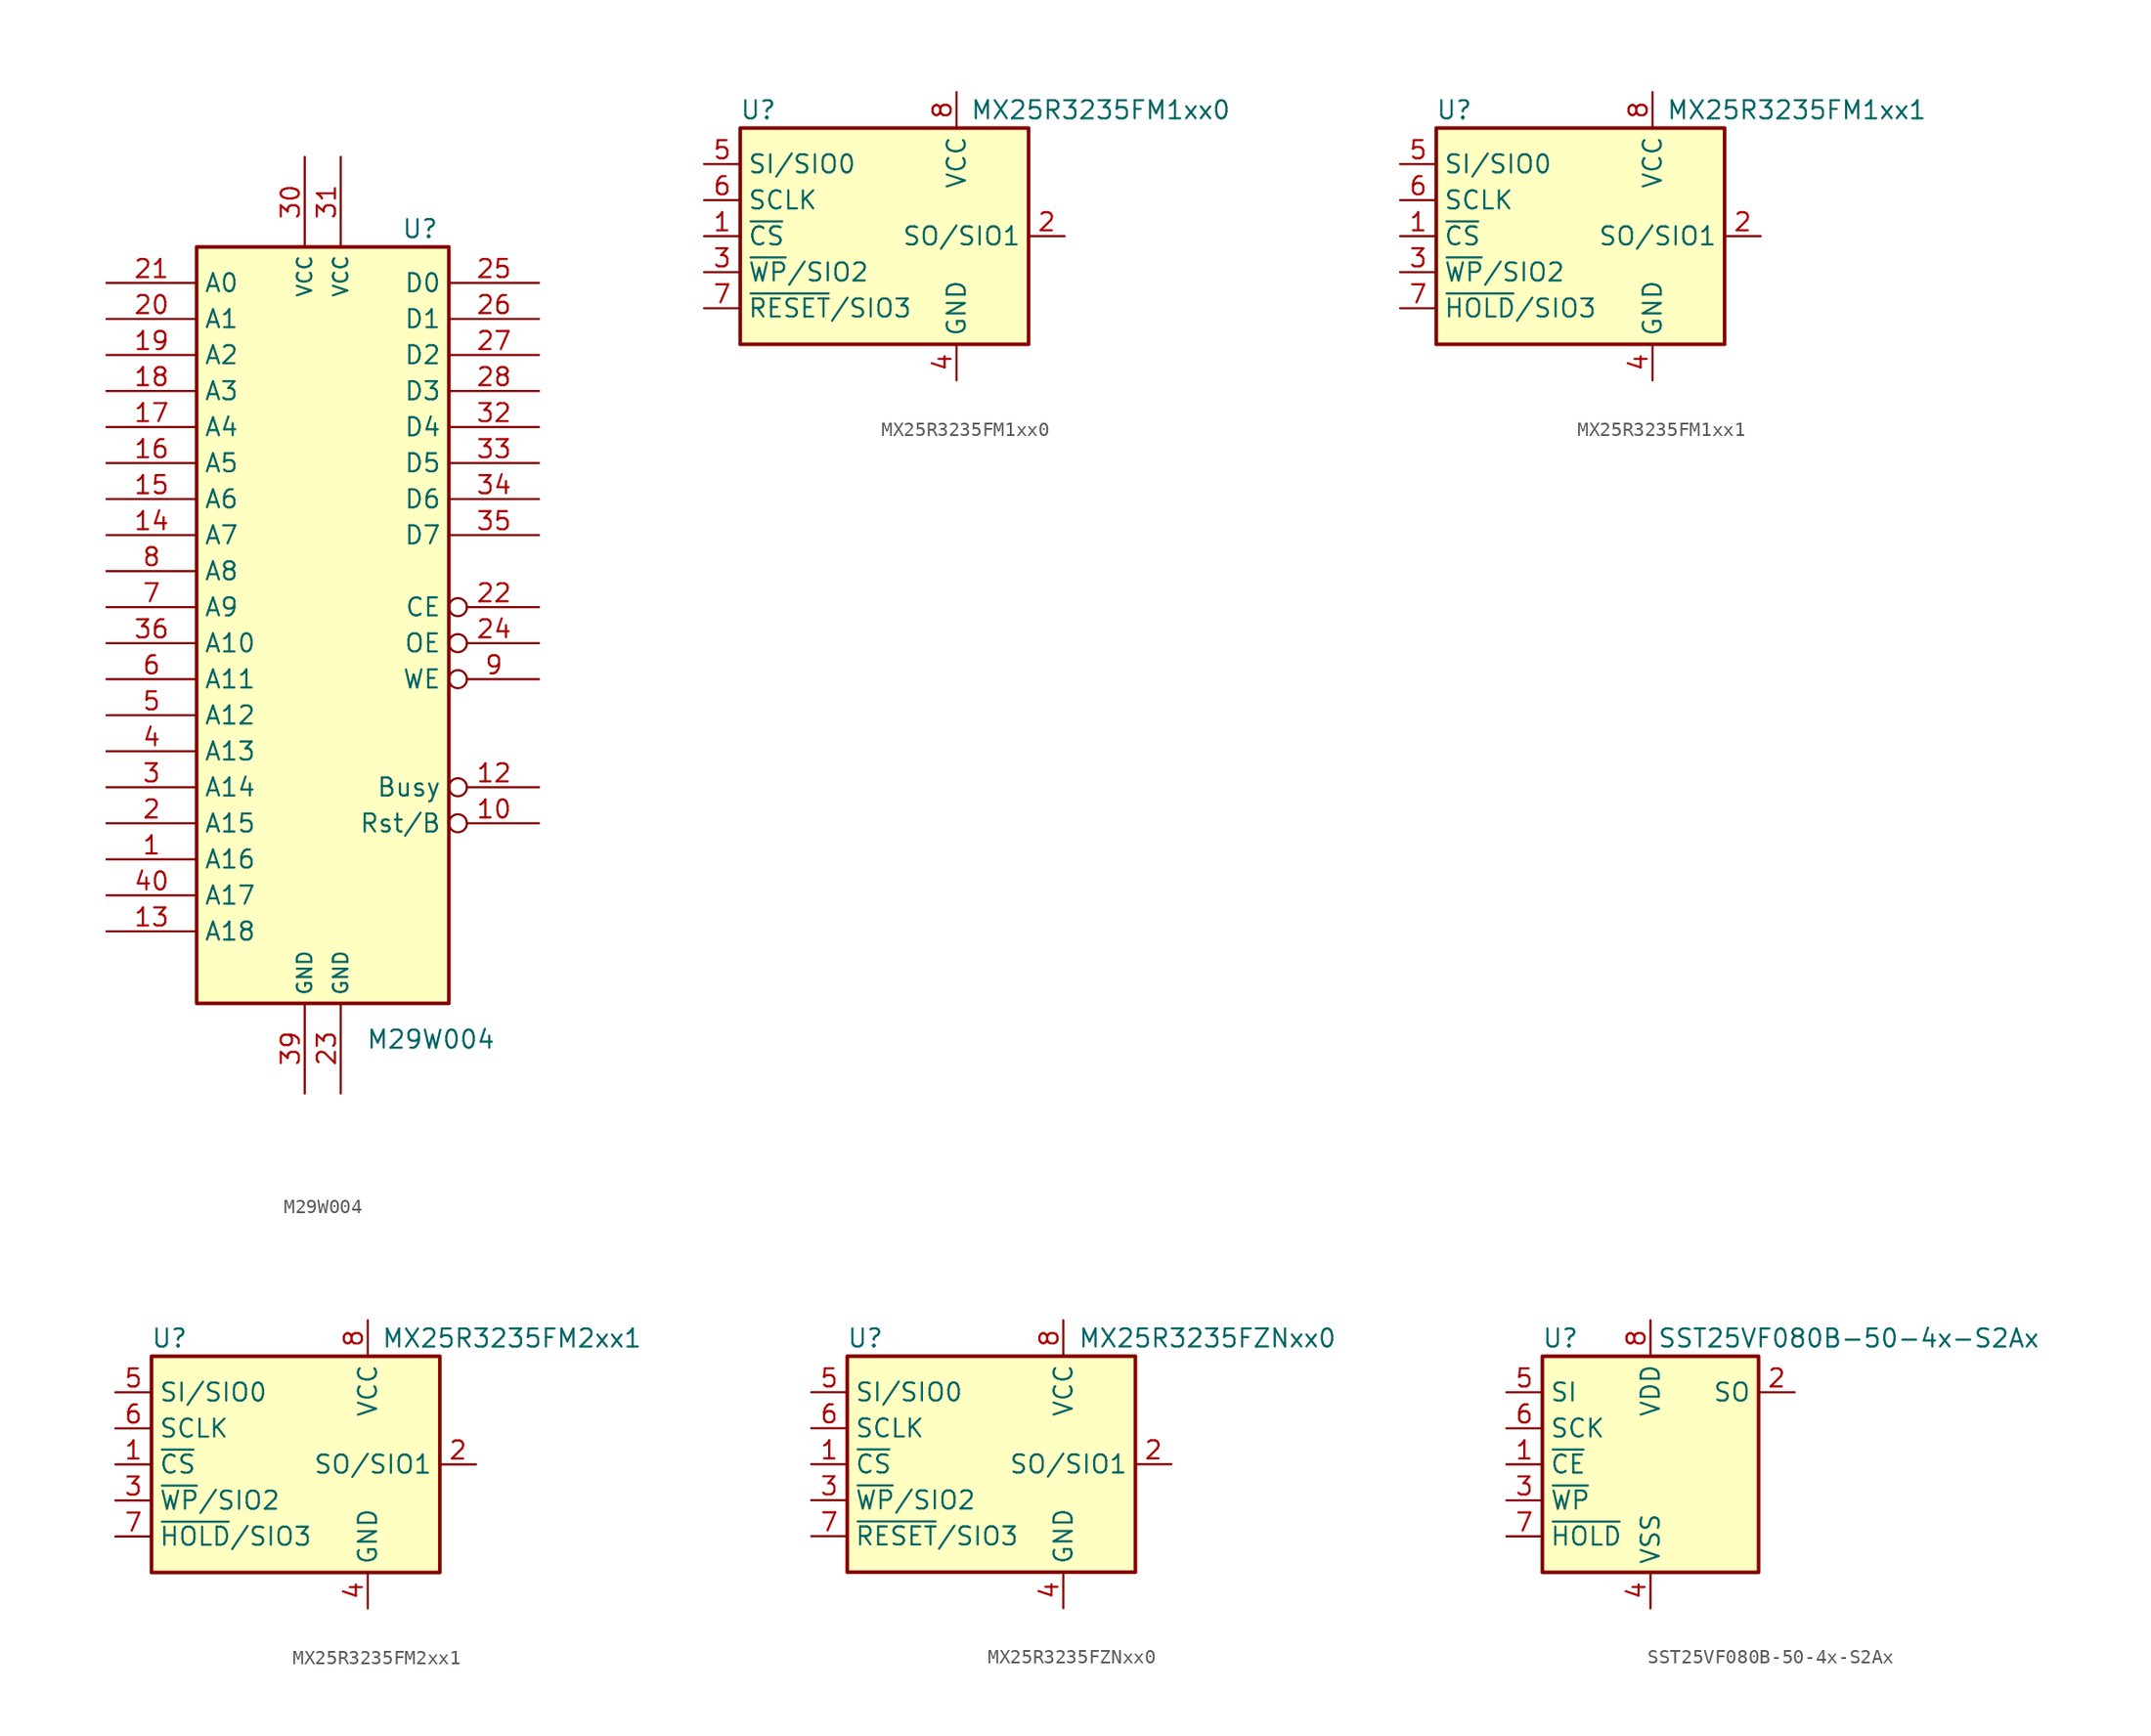
<source format=kicad_sym>
(kicad_symbol_lib
  (version 20211014)
  (generator kicad_symbol_editor)
  (symbol "M29W004"
    (property "Reference" "U"
      (at 6.858 27.94 0)
      (effects (font (size 1.27 1.27))))
    (property "Value" "M29W004"
      (at 7.62 -29.21 0)
      (effects (font (size 1.27 1.27))))
    (symbol "M29W004_0_1"
      (rectangle (start -8.89 26.67) (end 8.89 -26.67) (stroke (width 0.254) (type default) (color 0 0 0 0)) (fill (type background))))
    (symbol "M29W004_1_1"
      (pin input line (at -15.24 -16.51 0) (length 6.35) (name "A16" (effects (font (size 1.27 1.27)))) (number "1" (effects (font (size 1.27 1.27)))))
      (pin input inverted (at 15.24 -13.97 180) (length 6.35) (name "Rst/B" (effects (font (size 1.27 1.27)))) (number "10" (effects (font (size 1.27 1.27)))))
      (pin output inverted (at 15.24 -11.43 180) (length 6.35) (name "Busy" (effects (font (size 1.27 1.27)))) (number "12" (effects (font (size 1.27 1.27)))))
      (pin input line (at -15.24 -21.59 0) (length 6.35) (name "A18" (effects (font (size 1.27 1.27)))) (number "13" (effects (font (size 1.27 1.27)))))
      (pin input line (at -15.24 6.35 0) (length 6.35) (name "A7" (effects (font (size 1.27 1.27)))) (number "14" (effects (font (size 1.27 1.27)))))
      (pin input line (at -15.24 8.89 0) (length 6.35) (name "A6" (effects (font (size 1.27 1.27)))) (number "15" (effects (font (size 1.27 1.27)))))
      (pin input line (at -15.24 11.43 0) (length 6.35) (name "A5" (effects (font (size 1.27 1.27)))) (number "16" (effects (font (size 1.27 1.27)))))
      (pin input line (at -15.24 13.97 0) (length 6.35) (name "A4" (effects (font (size 1.27 1.27)))) (number "17" (effects (font (size 1.27 1.27)))))
      (pin input line (at -15.24 16.51 0) (length 6.35) (name "A3" (effects (font (size 1.27 1.27)))) (number "18" (effects (font (size 1.27 1.27)))))
      (pin input line (at -15.24 19.05 0) (length 6.35) (name "A2" (effects (font (size 1.27 1.27)))) (number "19" (effects (font (size 1.27 1.27)))))
      (pin input line (at -15.24 -13.97 0) (length 6.35) (name "A15" (effects (font (size 1.27 1.27)))) (number "2" (effects (font (size 1.27 1.27)))))
      (pin input line (at -15.24 21.59 0) (length 6.35) (name "A1" (effects (font (size 1.27 1.27)))) (number "20" (effects (font (size 1.27 1.27)))))
      (pin input line (at -15.24 24.13 0) (length 6.35) (name "A0" (effects (font (size 1.27 1.27)))) (number "21" (effects (font (size 1.27 1.27)))))
      (pin input inverted (at 15.24 1.27 180) (length 6.35) (name "CE" (effects (font (size 1.27 1.27)))) (number "22" (effects (font (size 1.27 1.27)))))
      (pin power_in line (at 1.27 -33.02 90) (length 6.35) (name "GND" (effects (font (size 1.016 1.016)))) (number "23" (effects (font (size 1.27 1.27)))))
      (pin input inverted (at 15.24 -1.27 180) (length 6.35) (name "OE" (effects (font (size 1.27 1.27)))) (number "24" (effects (font (size 1.27 1.27)))))
      (pin tri_state line (at 15.24 24.13 180) (length 6.35) (name "D0" (effects (font (size 1.27 1.27)))) (number "25" (effects (font (size 1.27 1.27)))))
      (pin tri_state line (at 15.24 21.59 180) (length 6.35) (name "D1" (effects (font (size 1.27 1.27)))) (number "26" (effects (font (size 1.27 1.27)))))
      (pin tri_state line (at 15.24 19.05 180) (length 6.35) (name "D2" (effects (font (size 1.27 1.27)))) (number "27" (effects (font (size 1.27 1.27)))))
      (pin tri_state line (at 15.24 16.51 180) (length 6.35) (name "D3" (effects (font (size 1.27 1.27)))) (number "28" (effects (font (size 1.27 1.27)))))
      (pin input line (at -15.24 -11.43 0) (length 6.35) (name "A14" (effects (font (size 1.27 1.27)))) (number "3" (effects (font (size 1.27 1.27)))))
      (pin power_in line (at -1.27 33.02 270) (length 6.35) (name "VCC" (effects (font (size 1.016 1.016)))) (number "30" (effects (font (size 1.27 1.27)))))
      (pin power_in line (at 1.27 33.02 270) (length 6.35) (name "VCC" (effects (font (size 1.016 1.016)))) (number "31" (effects (font (size 1.27 1.27)))))
      (pin tri_state line (at 15.24 13.97 180) (length 6.35) (name "D4" (effects (font (size 1.27 1.27)))) (number "32" (effects (font (size 1.27 1.27)))))
      (pin tri_state line (at 15.24 11.43 180) (length 6.35) (name "D5" (effects (font (size 1.27 1.27)))) (number "33" (effects (font (size 1.27 1.27)))))
      (pin tri_state line (at 15.24 8.89 180) (length 6.35) (name "D6" (effects (font (size 1.27 1.27)))) (number "34" (effects (font (size 1.27 1.27)))))
      (pin tri_state line (at 15.24 6.35 180) (length 6.35) (name "D7" (effects (font (size 1.27 1.27)))) (number "35" (effects (font (size 1.27 1.27)))))
      (pin input line (at -15.24 -1.27 0) (length 6.35) (name "A10" (effects (font (size 1.27 1.27)))) (number "36" (effects (font (size 1.27 1.27)))))
      (pin power_in line (at -1.27 -33.02 90) (length 6.35) (name "GND" (effects (font (size 1.016 1.016)))) (number "39" (effects (font (size 1.27 1.27)))))
      (pin input line (at -15.24 -8.89 0) (length 6.35) (name "A13" (effects (font (size 1.27 1.27)))) (number "4" (effects (font (size 1.27 1.27)))))
      (pin input line (at -15.24 -19.05 0) (length 6.35) (name "A17" (effects (font (size 1.27 1.27)))) (number "40" (effects (font (size 1.27 1.27)))))
      (pin input line (at -15.24 -6.35 0) (length 6.35) (name "A12" (effects (font (size 1.27 1.27)))) (number "5" (effects (font (size 1.27 1.27)))))
      (pin input line (at -15.24 -3.81 0) (length 6.35) (name "A11" (effects (font (size 1.27 1.27)))) (number "6" (effects (font (size 1.27 1.27)))))
      (pin input line (at -15.24 1.27 0) (length 6.35) (name "A9" (effects (font (size 1.27 1.27)))) (number "7" (effects (font (size 1.27 1.27)))))
      (pin input line (at -15.24 3.81 0) (length 6.35) (name "A8" (effects (font (size 1.27 1.27)))) (number "8" (effects (font (size 1.27 1.27)))))
      (pin input inverted (at 15.24 -3.81 180) (length 6.35) (name "WE" (effects (font (size 1.27 1.27)))) (number "9" (effects (font (size 1.27 1.27)))))))
  (symbol "MX25R3235FM1xx0"
    (property "Reference" "U"
      (at -8.89 8.89 0)
      (effects (font (size 1.27 1.27))))
    (property "Value" "MX25R3235FM1xx0"
      (at 15.24 8.89 0)
      (effects (font (size 1.27 1.27))))
    (symbol "MX25R3235FM1xx0_1_1"
      (rectangle (start -10.16 7.62) (end 10.16 -7.62) (stroke (width 0.254) (type default) (color 0 0 0 0)) (fill (type background)))
      (pin input line (at -12.7 0 0) (length 2.54) (name "~{CS}" (effects (font (size 1.27 1.27)))) (number "1" (effects (font (size 1.27 1.27)))))
      (pin bidirectional line (at 12.7 0 180) (length 2.54) (name "SO/SIO1" (effects (font (size 1.27 1.27)))) (number "2" (effects (font (size 1.27 1.27)))))
      (pin bidirectional line (at -12.7 -2.54 0) (length 2.54) (name "~{WP}/SIO2" (effects (font (size 1.27 1.27)))) (number "3" (effects (font (size 1.27 1.27)))))
      (pin power_in line (at 5.08 -10.16 90) (length 2.54) (name "GND" (effects (font (size 1.27 1.27)))) (number "4" (effects (font (size 1.27 1.27)))))
      (pin bidirectional line (at -12.7 5.08 0) (length 2.54) (name "SI/SIO0" (effects (font (size 1.27 1.27)))) (number "5" (effects (font (size 1.27 1.27)))))
      (pin input line (at -12.7 2.54 0) (length 2.54) (name "SCLK" (effects (font (size 1.27 1.27)))) (number "6" (effects (font (size 1.27 1.27)))))
      (pin bidirectional line (at -12.7 -5.08 0) (length 2.54) (name "~{RESET}/SIO3" (effects (font (size 1.27 1.27)))) (number "7" (effects (font (size 1.27 1.27)))))
      (pin power_in line (at 5.08 10.16 270) (length 2.54) (name "VCC" (effects (font (size 1.27 1.27)))) (number "8" (effects (font (size 1.27 1.27)))))))
  (symbol "MX25R3235FM1xx1"
    (property "Reference" "U"
      (at -8.89 8.89 0)
      (effects (font (size 1.27 1.27))))
    (property "Value" "MX25R3235FM1xx1"
      (at 15.24 8.89 0)
      (effects (font (size 1.27 1.27))))
    (symbol "MX25R3235FM1xx1_1_1"
      (rectangle (start -10.16 7.62) (end 10.16 -7.62) (stroke (width 0.254) (type default) (color 0 0 0 0)) (fill (type background)))
      (pin input line (at -12.7 0 0) (length 2.54) (name "~{CS}" (effects (font (size 1.27 1.27)))) (number "1" (effects (font (size 1.27 1.27)))))
      (pin bidirectional line (at 12.7 0 180) (length 2.54) (name "SO/SIO1" (effects (font (size 1.27 1.27)))) (number "2" (effects (font (size 1.27 1.27)))))
      (pin bidirectional line (at -12.7 -2.54 0) (length 2.54) (name "~{WP}/SIO2" (effects (font (size 1.27 1.27)))) (number "3" (effects (font (size 1.27 1.27)))))
      (pin power_in line (at 5.08 -10.16 90) (length 2.54) (name "GND" (effects (font (size 1.27 1.27)))) (number "4" (effects (font (size 1.27 1.27)))))
      (pin bidirectional line (at -12.7 5.08 0) (length 2.54) (name "SI/SIO0" (effects (font (size 1.27 1.27)))) (number "5" (effects (font (size 1.27 1.27)))))
      (pin input line (at -12.7 2.54 0) (length 2.54) (name "SCLK" (effects (font (size 1.27 1.27)))) (number "6" (effects (font (size 1.27 1.27)))))
      (pin bidirectional line (at -12.7 -5.08 0) (length 2.54) (name "~{HOLD}/SIO3" (effects (font (size 1.27 1.27)))) (number "7" (effects (font (size 1.27 1.27)))))
      (pin power_in line (at 5.08 10.16 270) (length 2.54) (name "VCC" (effects (font (size 1.27 1.27)))) (number "8" (effects (font (size 1.27 1.27)))))))
  (symbol "MX25R3235FM2xx1"
    (property "Reference" "U"
      (at -8.89 8.89 0)
      (effects (font (size 1.27 1.27))))
    (property "Value" "MX25R3235FM2xx1"
      (at 15.24 8.89 0)
      (effects (font (size 1.27 1.27))))
    (symbol "MX25R3235FM2xx1_1_1"
      (rectangle (start -10.16 7.62) (end 10.16 -7.62) (stroke (width 0.254) (type default) (color 0 0 0 0)) (fill (type background)))
      (pin input line (at -12.7 0 0) (length 2.54) (name "~{CS}" (effects (font (size 1.27 1.27)))) (number "1" (effects (font (size 1.27 1.27)))))
      (pin bidirectional line (at 12.7 0 180) (length 2.54) (name "SO/SIO1" (effects (font (size 1.27 1.27)))) (number "2" (effects (font (size 1.27 1.27)))))
      (pin bidirectional line (at -12.7 -2.54 0) (length 2.54) (name "~{WP}/SIO2" (effects (font (size 1.27 1.27)))) (number "3" (effects (font (size 1.27 1.27)))))
      (pin power_in line (at 5.08 -10.16 90) (length 2.54) (name "GND" (effects (font (size 1.27 1.27)))) (number "4" (effects (font (size 1.27 1.27)))))
      (pin bidirectional line (at -12.7 5.08 0) (length 2.54) (name "SI/SIO0" (effects (font (size 1.27 1.27)))) (number "5" (effects (font (size 1.27 1.27)))))
      (pin input line (at -12.7 2.54 0) (length 2.54) (name "SCLK" (effects (font (size 1.27 1.27)))) (number "6" (effects (font (size 1.27 1.27)))))
      (pin bidirectional line (at -12.7 -5.08 0) (length 2.54) (name "~{HOLD}/SIO3" (effects (font (size 1.27 1.27)))) (number "7" (effects (font (size 1.27 1.27)))))
      (pin power_in line (at 5.08 10.16 270) (length 2.54) (name "VCC" (effects (font (size 1.27 1.27)))) (number "8" (effects (font (size 1.27 1.27)))))))
  (symbol "MX25R3235FZNxx0"
    (property "Reference" "U"
      (at -8.89 8.89 0)
      (effects (font (size 1.27 1.27))))
    (property "Value" "MX25R3235FZNxx0"
      (at 15.24 8.89 0)
      (effects (font (size 1.27 1.27))))
    (symbol "MX25R3235FZNxx0_1_1"
      (rectangle (start -10.16 7.62) (end 10.16 -7.62) (stroke (width 0.254) (type default) (color 0 0 0 0)) (fill (type background)))
      (pin input line (at -12.7 0 0) (length 2.54) (name "~{CS}" (effects (font (size 1.27 1.27)))) (number "1" (effects (font (size 1.27 1.27)))))
      (pin bidirectional line (at 12.7 0 180) (length 2.54) (name "SO/SIO1" (effects (font (size 1.27 1.27)))) (number "2" (effects (font (size 1.27 1.27)))))
      (pin bidirectional line (at -12.7 -2.54 0) (length 2.54) (name "~{WP}/SIO2" (effects (font (size 1.27 1.27)))) (number "3" (effects (font (size 1.27 1.27)))))
      (pin power_in line (at 5.08 -10.16 90) (length 2.54) (name "GND" (effects (font (size 1.27 1.27)))) (number "4" (effects (font (size 1.27 1.27)))))
      (pin bidirectional line (at -12.7 5.08 0) (length 2.54) (name "SI/SIO0" (effects (font (size 1.27 1.27)))) (number "5" (effects (font (size 1.27 1.27)))))
      (pin input line (at -12.7 2.54 0) (length 2.54) (name "SCLK" (effects (font (size 1.27 1.27)))) (number "6" (effects (font (size 1.27 1.27)))))
      (pin bidirectional line (at -12.7 -5.08 0) (length 2.54) (name "~{RESET}/SIO3" (effects (font (size 1.27 1.27)))) (number "7" (effects (font (size 1.27 1.27)))))
      (pin power_in line (at 5.08 10.16 270) (length 2.54) (name "VCC" (effects (font (size 1.27 1.27)))) (number "8" (effects (font (size 1.27 1.27)))))
      (pin passive line (at 5.08 -10.16 90) (length 2.54) hide (name "GND" (effects (font (size 1.27 1.27)))) (number "9" (effects (font (size 1.27 1.27)))))))
  (symbol "SST25VF080B-50-4x-S2Ax"
    (property "Reference" "U"
      (at -6.35 8.89 0)
      (effects (font (size 1.27 1.27))))
    (property "Value" "SST25VF080B-50-4x-S2Ax"
      (at 13.97 8.89 0)
      (effects (font (size 1.27 1.27))))
    (symbol "SST25VF080B-50-4x-S2Ax_1_1"
      (rectangle (start -7.62 7.62) (end 7.62 -7.62) (stroke (width 0.254) (type default) (color 0 0 0 0)) (fill (type background)))
      (pin input line (at -10.16 0 0) (length 2.54) (name "~{CE}" (effects (font (size 1.27 1.27)))) (number "1" (effects (font (size 1.27 1.27)))))
      (pin output line (at 10.16 5.08 180) (length 2.54) (name "SO" (effects (font (size 1.27 1.27)))) (number "2" (effects (font (size 1.27 1.27)))))
      (pin input line (at -10.16 -2.54 0) (length 2.54) (name "~{WP}" (effects (font (size 1.27 1.27)))) (number "3" (effects (font (size 1.27 1.27)))))
      (pin power_in line (at 0 -10.16 90) (length 2.54) (name "VSS" (effects (font (size 1.27 1.27)))) (number "4" (effects (font (size 1.27 1.27)))))
      (pin input line (at -10.16 5.08 0) (length 2.54) (name "SI" (effects (font (size 1.27 1.27)))) (number "5" (effects (font (size 1.27 1.27)))))
      (pin input line (at -10.16 2.54 0) (length 2.54) (name "SCK" (effects (font (size 1.27 1.27)))) (number "6" (effects (font (size 1.27 1.27)))))
      (pin input line (at -10.16 -5.08 0) (length 2.54) (name "~{HOLD}" (effects (font (size 1.27 1.27)))) (number "7" (effects (font (size 1.27 1.27)))))
      (pin power_in line (at 0 10.16 270) (length 2.54) (name "VDD" (effects (font (size 1.27 1.27)))) (number "8" (effects (font (size 1.27 1.27))))))))
</source>
